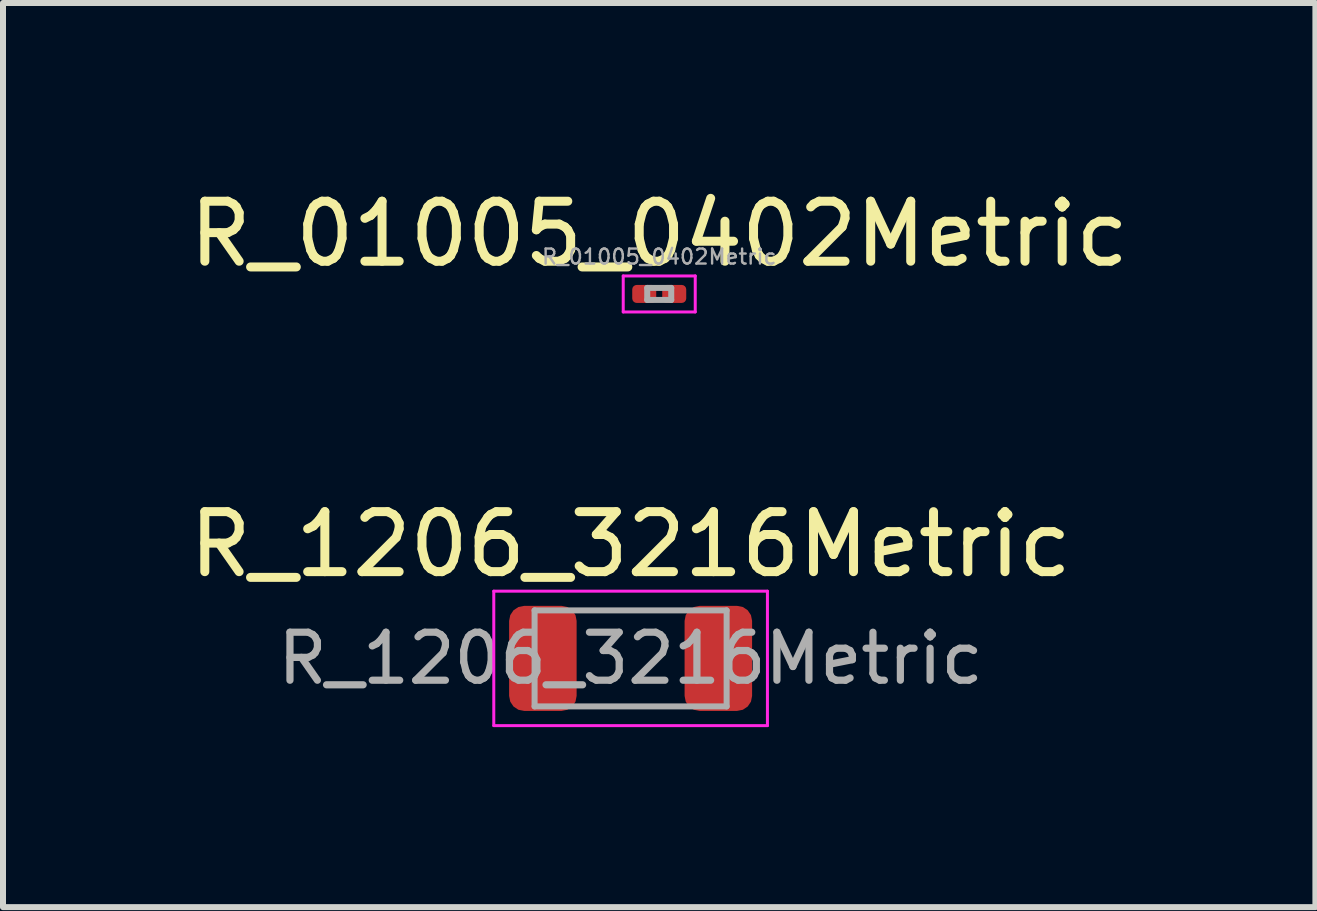
<source format=kicad_pcb>
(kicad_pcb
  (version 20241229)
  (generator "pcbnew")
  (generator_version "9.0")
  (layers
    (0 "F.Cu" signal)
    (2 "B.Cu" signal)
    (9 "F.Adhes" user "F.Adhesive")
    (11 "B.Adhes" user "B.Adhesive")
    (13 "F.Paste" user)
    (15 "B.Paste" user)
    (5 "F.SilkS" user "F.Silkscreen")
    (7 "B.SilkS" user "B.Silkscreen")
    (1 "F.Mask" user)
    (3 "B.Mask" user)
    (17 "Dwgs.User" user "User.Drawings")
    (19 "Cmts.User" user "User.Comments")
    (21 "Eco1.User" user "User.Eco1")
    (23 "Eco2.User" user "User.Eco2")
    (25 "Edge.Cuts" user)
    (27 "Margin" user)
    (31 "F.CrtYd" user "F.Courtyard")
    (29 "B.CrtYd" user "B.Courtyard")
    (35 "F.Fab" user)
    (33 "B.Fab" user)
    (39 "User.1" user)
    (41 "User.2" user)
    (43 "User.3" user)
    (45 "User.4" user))
  (footprint "R_1206_3216Metric"
    (layer "F.Cu")
    (at 7.458 7.921)
    (property "Reference" "R_1206_3216Metric" (at 0 -1.9 0) (layer "F.SilkS") (effects (font (size 1 1) (thickness 0.15))))
    (attr smd)
    (fp_line (start -2.28 -1.12) (end 2.28 -1.12) (stroke (width 0.05) (type solid)) (layer "F.CrtYd"))
    (fp_line (start -2.28 1.12) (end -2.28 -1.12) (stroke (width 0.05) (type solid)) (layer "F.CrtYd"))
    (fp_line (start 2.28 -1.12) (end 2.28 1.12) (stroke (width 0.05) (type solid)) (layer "F.CrtYd"))
    (fp_line (start 2.28 1.12) (end -2.28 1.12) (stroke (width 0.05) (type solid)) (layer "F.CrtYd"))
    (fp_line (start -1.6 -0.8) (end 1.6 -0.8) (stroke (width 0.1) (type solid)) (layer "F.Fab"))
    (fp_line (start -1.6 0.8) (end -1.6 -0.8) (stroke (width 0.1) (type solid)) (layer "F.Fab"))
    (fp_line (start 1.6 -0.8) (end 1.6 0.8) (stroke (width 0.1) (type solid)) (layer "F.Fab"))
    (fp_line (start 1.6 0.8) (end -1.6 0.8) (stroke (width 0.1) (type solid)) (layer "F.Fab"))
    (fp_text user "${REFERENCE}" (at 0 0 0) (layer "F.Fab") (effects (font (size 0.8 0.8) (thickness 0.12))))
    (pad "1" smd roundrect (at -1.462 0) (size 1.125 1.75) (layers "F.Cu" "F.Mask" "F.Paste") (roundrect_rratio 0.222))
    (pad "2" smd roundrect (at 1.462 0) (size 1.125 1.75) (layers "F.Cu" "F.Mask" "F.Paste") (roundrect_rratio 0.222)))
  (footprint "R_01005_0402Metric"
    (layer "F.Cu")
    (at 7.935 1.848)
    (property "Reference" "R_01005_0402Metric" (at 0 -1 0) (layer "F.SilkS") (effects (font (size 1 1) (thickness 0.15))))
    (attr smd)
    (fp_line (start -0.6 -0.3) (end 0.6 -0.3) (stroke (width 0.05) (type solid)) (layer "F.CrtYd"))
    (fp_line (start -0.6 0.3) (end -0.6 -0.3) (stroke (width 0.05) (type solid)) (layer "F.CrtYd"))
    (fp_line (start 0.6 -0.3) (end 0.6 0.3) (stroke (width 0.05) (type solid)) (layer "F.CrtYd"))
    (fp_line (start 0.6 0.3) (end -0.6 0.3) (stroke (width 0.05) (type solid)) (layer "F.CrtYd"))
    (fp_line (start -0.2 -0.1) (end 0.2 -0.1) (stroke (width 0.1) (type solid)) (layer "F.Fab"))
    (fp_line (start -0.2 0.1) (end -0.2 -0.1) (stroke (width 0.1) (type solid)) (layer "F.Fab"))
    (fp_line (start 0.2 -0.1) (end 0.2 0.1) (stroke (width 0.1) (type solid)) (layer "F.Fab"))
    (fp_line (start 0.2 0.1) (end -0.2 0.1) (stroke (width 0.1) (type solid)) (layer "F.Fab"))
    (fp_text user "${REFERENCE}" (at 0 -0.62 0) (layer "F.Fab") (effects (font (size 0.25 0.25) (thickness 0.04))))
    (pad "" smd roundrect (at -0.275 0) (size 0.27 0.27) (layers "F.Paste") (roundrect_rratio 0.25))
    (pad "" smd roundrect (at 0.275 0) (size 0.27 0.27) (layers "F.Paste") (roundrect_rratio 0.25))
    (pad "1" smd roundrect (at -0.25 0) (size 0.4 0.3) (layers "F.Cu" "F.Mask") (roundrect_rratio 0.25))
    (pad "2" smd roundrect (at 0.25 0) (size 0.4 0.3) (layers "F.Cu" "F.Mask") (roundrect_rratio 0.25)))
  (gr_rect
    (start -3 -3)
    (end 18.869 12.066)
    (stroke (width 0.1) (type default))
    (fill no)
    (layer "Edge.Cuts")))
</source>
